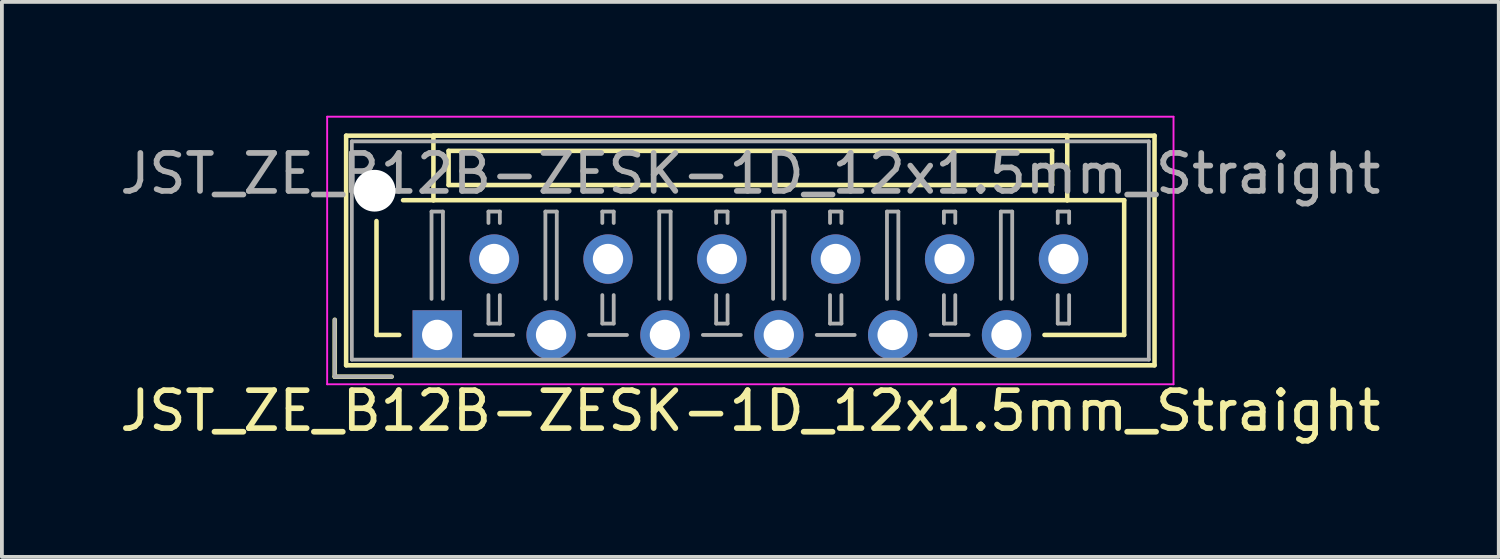
<source format=kicad_pcb>
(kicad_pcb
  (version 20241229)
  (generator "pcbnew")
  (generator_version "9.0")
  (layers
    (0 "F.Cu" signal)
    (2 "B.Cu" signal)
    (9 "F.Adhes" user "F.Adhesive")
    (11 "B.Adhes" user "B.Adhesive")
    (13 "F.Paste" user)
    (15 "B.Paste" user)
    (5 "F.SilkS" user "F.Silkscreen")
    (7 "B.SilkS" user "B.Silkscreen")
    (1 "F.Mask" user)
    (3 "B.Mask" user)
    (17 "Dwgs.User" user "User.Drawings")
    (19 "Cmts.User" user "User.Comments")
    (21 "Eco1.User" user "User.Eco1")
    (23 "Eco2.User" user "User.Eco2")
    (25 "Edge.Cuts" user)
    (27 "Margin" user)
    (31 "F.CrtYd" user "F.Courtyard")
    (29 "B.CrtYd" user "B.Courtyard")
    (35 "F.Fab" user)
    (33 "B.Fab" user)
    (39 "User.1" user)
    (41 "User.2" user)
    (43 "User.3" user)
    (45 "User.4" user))
  (footprint "JST_ZE_B12B-ZESK-1D_12x1.5mm_Straight"
    (layer "F.Cu")
    (at 8.47 5.775)
    (property "Reference" "JST_ZE_B12B-ZESK-1D_12x1.5mm_Straight" (at 8.25 2 0) (layer "F.SilkS") (effects (font (size 1 1) (thickness 0.15))))
    (attr through_hole)
    (fp_line (start -2.7 -0.4) (end -2.7 1.1) (stroke (width 0.12) (type solid)) (layer "F.SilkS"))
    (fp_line (start -2.7 1.1) (end -1.2 1.1) (stroke (width 0.12) (type solid)) (layer "F.SilkS"))
    (fp_line (start -2.4 -5.25) (end -2.4 0.8) (stroke (width 0.12) (type solid)) (layer "F.SilkS"))
    (fp_line (start -2.4 0.8) (end 18.9 0.8) (stroke (width 0.12) (type solid)) (layer "F.SilkS"))
    (fp_line (start -1.6 -3) (end -1.6 0) (stroke (width 0.12) (type solid)) (layer "F.SilkS"))
    (fp_line (start -1.6 0) (end -1 0) (stroke (width 0.12) (type solid)) (layer "F.SilkS"))
    (fp_line (start -0.1 -5.25) (end -0.1 -3.55) (stroke (width 0.12) (type solid)) (layer "F.SilkS"))
    (fp_line (start -0.1 -3.55) (end -0.9 -3.55) (stroke (width 0.12) (type solid)) (layer "F.SilkS"))
    (fp_line (start -0.1 -3.55) (end 16.6 -3.55) (stroke (width 0.12) (type solid)) (layer "F.SilkS"))
    (fp_line (start 0.3 -4.85) (end 0.3 -3.95) (stroke (width 0.12) (type solid)) (layer "F.SilkS"))
    (fp_line (start 0.3 -3.95) (end 16.2 -3.95) (stroke (width 0.12) (type solid)) (layer "F.SilkS"))
    (fp_line (start 16.2 -4.85) (end 0.3 -4.85) (stroke (width 0.12) (type solid)) (layer "F.SilkS"))
    (fp_line (start 16.2 -3.95) (end 16.2 -4.85) (stroke (width 0.12) (type solid)) (layer "F.SilkS"))
    (fp_line (start 16.6 -5.25) (end -0.1 -5.25) (stroke (width 0.12) (type solid)) (layer "F.SilkS"))
    (fp_line (start 16.6 -3.55) (end 16.6 -5.25) (stroke (width 0.12) (type solid)) (layer "F.SilkS"))
    (fp_line (start 16.6 -3.55) (end 18.1 -3.55) (stroke (width 0.12) (type solid)) (layer "F.SilkS"))
    (fp_line (start 18.1 -3.55) (end 18.1 0) (stroke (width 0.12) (type solid)) (layer "F.SilkS"))
    (fp_line (start 18.1 0) (end 16 0) (stroke (width 0.12) (type solid)) (layer "F.SilkS"))
    (fp_line (start 18.9 -5.25) (end -2.4 -5.25) (stroke (width 0.12) (type solid)) (layer "F.SilkS"))
    (fp_line (start 18.9 0.8) (end 18.9 -5.25) (stroke (width 0.12) (type solid)) (layer "F.SilkS"))
    (fp_line (start -2.9 -5.75) (end -2.9 1.3) (stroke (width 0.05) (type solid)) (layer "F.CrtYd"))
    (fp_line (start -2.9 1.3) (end 19.4 1.3) (stroke (width 0.05) (type solid)) (layer "F.CrtYd"))
    (fp_line (start 19.4 -5.75) (end -2.9 -5.75) (stroke (width 0.05) (type solid)) (layer "F.CrtYd"))
    (fp_line (start 19.4 1.3) (end 19.4 -5.75) (stroke (width 0.05) (type solid)) (layer "F.CrtYd"))
    (fp_line (start -2.7 -0.4) (end -2.7 1.1) (stroke (width 0.1) (type solid)) (layer "F.Fab"))
    (fp_line (start -2.7 1.1) (end -1.2 1.1) (stroke (width 0.1) (type solid)) (layer "F.Fab"))
    (fp_line (start -2.25 -5.1) (end -2.25 0.65) (stroke (width 0.1) (type solid)) (layer "F.Fab"))
    (fp_line (start -2.25 0.65) (end 18.75 0.65) (stroke (width 0.1) (type solid)) (layer "F.Fab"))
    (fp_line (start -0.15 -3.25) (end 0.15 -3.25) (stroke (width 0.1) (type solid)) (layer "F.Fab"))
    (fp_line (start -0.15 -0.95) (end -0.15 -3.25) (stroke (width 0.1) (type solid)) (layer "F.Fab"))
    (fp_line (start 0.15 -3.25) (end 0.15 -0.95) (stroke (width 0.1) (type solid)) (layer "F.Fab"))
    (fp_line (start 1 0) (end 2 0) (stroke (width 0.1) (type solid)) (layer "F.Fab"))
    (fp_line (start 1.35 -3.25) (end 1.65 -3.25) (stroke (width 0.1) (type solid)) (layer "F.Fab"))
    (fp_line (start 1.35 -2.95) (end 1.35 -3.25) (stroke (width 0.1) (type solid)) (layer "F.Fab"))
    (fp_line (start 1.35 -1.05) (end 1.35 -0.3) (stroke (width 0.1) (type solid)) (layer "F.Fab"))
    (fp_line (start 1.35 -0.3) (end 1.65 -0.3) (stroke (width 0.1) (type solid)) (layer "F.Fab"))
    (fp_line (start 1.65 -3.25) (end 1.65 -2.95) (stroke (width 0.1) (type solid)) (layer "F.Fab"))
    (fp_line (start 1.65 -0.3) (end 1.65 -1.05) (stroke (width 0.1) (type solid)) (layer "F.Fab"))
    (fp_line (start 2.85 -3.25) (end 3.15 -3.25) (stroke (width 0.1) (type solid)) (layer "F.Fab"))
    (fp_line (start 2.85 -0.95) (end 2.85 -3.25) (stroke (width 0.1) (type solid)) (layer "F.Fab"))
    (fp_line (start 3.15 -3.25) (end 3.15 -0.95) (stroke (width 0.1) (type solid)) (layer "F.Fab"))
    (fp_line (start 4 0) (end 5 0) (stroke (width 0.1) (type solid)) (layer "F.Fab"))
    (fp_line (start 4.35 -3.25) (end 4.65 -3.25) (stroke (width 0.1) (type solid)) (layer "F.Fab"))
    (fp_line (start 4.35 -2.95) (end 4.35 -3.25) (stroke (width 0.1) (type solid)) (layer "F.Fab"))
    (fp_line (start 4.35 -1.05) (end 4.35 -0.3) (stroke (width 0.1) (type solid)) (layer "F.Fab"))
    (fp_line (start 4.35 -0.3) (end 4.65 -0.3) (stroke (width 0.1) (type solid)) (layer "F.Fab"))
    (fp_line (start 4.65 -3.25) (end 4.65 -2.95) (stroke (width 0.1) (type solid)) (layer "F.Fab"))
    (fp_line (start 4.65 -0.3) (end 4.65 -1.05) (stroke (width 0.1) (type solid)) (layer "F.Fab"))
    (fp_line (start 5.85 -3.25) (end 6.15 -3.25) (stroke (width 0.1) (type solid)) (layer "F.Fab"))
    (fp_line (start 5.85 -0.95) (end 5.85 -3.25) (stroke (width 0.1) (type solid)) (layer "F.Fab"))
    (fp_line (start 6.15 -3.25) (end 6.15 -0.95) (stroke (width 0.1) (type solid)) (layer "F.Fab"))
    (fp_line (start 7 0) (end 8 0) (stroke (width 0.1) (type solid)) (layer "F.Fab"))
    (fp_line (start 7.35 -3.25) (end 7.65 -3.25) (stroke (width 0.1) (type solid)) (layer "F.Fab"))
    (fp_line (start 7.35 -2.95) (end 7.35 -3.25) (stroke (width 0.1) (type solid)) (layer "F.Fab"))
    (fp_line (start 7.35 -1.05) (end 7.35 -0.3) (stroke (width 0.1) (type solid)) (layer "F.Fab"))
    (fp_line (start 7.35 -0.3) (end 7.65 -0.3) (stroke (width 0.1) (type solid)) (layer "F.Fab"))
    (fp_line (start 7.65 -3.25) (end 7.65 -2.95) (stroke (width 0.1) (type solid)) (layer "F.Fab"))
    (fp_line (start 7.65 -0.3) (end 7.65 -1.05) (stroke (width 0.1) (type solid)) (layer "F.Fab"))
    (fp_line (start 8.85 -3.25) (end 9.15 -3.25) (stroke (width 0.1) (type solid)) (layer "F.Fab"))
    (fp_line (start 8.85 -0.95) (end 8.85 -3.25) (stroke (width 0.1) (type solid)) (layer "F.Fab"))
    (fp_line (start 9.15 -3.25) (end 9.15 -0.95) (stroke (width 0.1) (type solid)) (layer "F.Fab"))
    (fp_line (start 10 0) (end 11 0) (stroke (width 0.1) (type solid)) (layer "F.Fab"))
    (fp_line (start 10.35 -3.25) (end 10.65 -3.25) (stroke (width 0.1) (type solid)) (layer "F.Fab"))
    (fp_line (start 10.35 -2.95) (end 10.35 -3.25) (stroke (width 0.1) (type solid)) (layer "F.Fab"))
    (fp_line (start 10.35 -1.05) (end 10.35 -0.3) (stroke (width 0.1) (type solid)) (layer "F.Fab"))
    (fp_line (start 10.35 -0.3) (end 10.65 -0.3) (stroke (width 0.1) (type solid)) (layer "F.Fab"))
    (fp_line (start 10.65 -3.25) (end 10.65 -2.95) (stroke (width 0.1) (type solid)) (layer "F.Fab"))
    (fp_line (start 10.65 -0.3) (end 10.65 -1.05) (stroke (width 0.1) (type solid)) (layer "F.Fab"))
    (fp_line (start 11.85 -3.25) (end 12.15 -3.25) (stroke (width 0.1) (type solid)) (layer "F.Fab"))
    (fp_line (start 11.85 -0.95) (end 11.85 -3.25) (stroke (width 0.1) (type solid)) (layer "F.Fab"))
    (fp_line (start 12.15 -3.25) (end 12.15 -0.95) (stroke (width 0.1) (type solid)) (layer "F.Fab"))
    (fp_line (start 13 0) (end 14 0) (stroke (width 0.1) (type solid)) (layer "F.Fab"))
    (fp_line (start 13.35 -3.25) (end 13.65 -3.25) (stroke (width 0.1) (type solid)) (layer "F.Fab"))
    (fp_line (start 13.35 -2.95) (end 13.35 -3.25) (stroke (width 0.1) (type solid)) (layer "F.Fab"))
    (fp_line (start 13.35 -1.05) (end 13.35 -0.3) (stroke (width 0.1) (type solid)) (layer "F.Fab"))
    (fp_line (start 13.35 -0.3) (end 13.65 -0.3) (stroke (width 0.1) (type solid)) (layer "F.Fab"))
    (fp_line (start 13.65 -3.25) (end 13.65 -2.95) (stroke (width 0.1) (type solid)) (layer "F.Fab"))
    (fp_line (start 13.65 -0.3) (end 13.65 -1.05) (stroke (width 0.1) (type solid)) (layer "F.Fab"))
    (fp_line (start 14.85 -3.25) (end 15.15 -3.25) (stroke (width 0.1) (type solid)) (layer "F.Fab"))
    (fp_line (start 14.85 -0.95) (end 14.85 -3.25) (stroke (width 0.1) (type solid)) (layer "F.Fab"))
    (fp_line (start 15.15 -3.25) (end 15.15 -0.95) (stroke (width 0.1) (type solid)) (layer "F.Fab"))
    (fp_line (start 16.35 -3.25) (end 16.65 -3.25) (stroke (width 0.1) (type solid)) (layer "F.Fab"))
    (fp_line (start 16.35 -2.95) (end 16.35 -3.25) (stroke (width 0.1) (type solid)) (layer "F.Fab"))
    (fp_line (start 16.35 -1.05) (end 16.35 -0.3) (stroke (width 0.1) (type solid)) (layer "F.Fab"))
    (fp_line (start 16.35 -0.3) (end 16.65 -0.3) (stroke (width 0.1) (type solid)) (layer "F.Fab"))
    (fp_line (start 16.65 -3.25) (end 16.65 -2.95) (stroke (width 0.1) (type solid)) (layer "F.Fab"))
    (fp_line (start 16.65 -0.3) (end 16.65 -1.05) (stroke (width 0.1) (type solid)) (layer "F.Fab"))
    (fp_line (start 18.75 -5.1) (end -2.25 -5.1) (stroke (width 0.1) (type solid)) (layer "F.Fab"))
    (fp_line (start 18.75 0.65) (end 18.75 -5.1) (stroke (width 0.1) (type solid)) (layer "F.Fab"))
    (fp_text user "${REFERENCE}" (at 8.25 -4.25 0) (layer "F.Fab") (effects (font (size 1 1) (thickness 0.15))))
    (pad "" np_thru_hole circle (at -1.65 -3.8) (size 1.1 1.1) (drill 1.1) (layers "*.Cu"))
    (pad "1" thru_hole rect (at 0 0) (size 1.3 1.3) (drill 0.8) (layers "*.Cu" "*.Mask"))
    (pad "2" thru_hole circle (at 1.5 -2) (size 1.3 1.3) (drill 0.8) (layers "*.Cu" "*.Mask"))
    (pad "3" thru_hole circle (at 3 0) (size 1.3 1.3) (drill 0.8) (layers "*.Cu" "*.Mask"))
    (pad "4" thru_hole circle (at 4.5 -2) (size 1.3 1.3) (drill 0.8) (layers "*.Cu" "*.Mask"))
    (pad "5" thru_hole circle (at 6 0) (size 1.3 1.3) (drill 0.8) (layers "*.Cu" "*.Mask"))
    (pad "6" thru_hole circle (at 7.5 -2) (size 1.3 1.3) (drill 0.8) (layers "*.Cu" "*.Mask"))
    (pad "7" thru_hole circle (at 9 0) (size 1.3 1.3) (drill 0.8) (layers "*.Cu" "*.Mask"))
    (pad "8" thru_hole circle (at 10.5 -2) (size 1.3 1.3) (drill 0.8) (layers "*.Cu" "*.Mask"))
    (pad "9" thru_hole circle (at 12 0) (size 1.3 1.3) (drill 0.8) (layers "*.Cu" "*.Mask"))
    (pad "10" thru_hole circle (at 13.5 -2) (size 1.3 1.3) (drill 0.8) (layers "*.Cu" "*.Mask"))
    (pad "11" thru_hole circle (at 15 0) (size 1.3 1.3) (drill 0.8) (layers "*.Cu" "*.Mask"))
    (pad "12" thru_hole circle (at 16.5 -2) (size 1.3 1.3) (drill 0.8) (layers "*.Cu" "*.Mask")))
  (gr_rect
    (start -3 -3)
    (end 36.44 11.623)
    (stroke (width 0.1) (type default))
    (fill no)
    (layer "Edge.Cuts")))
</source>
